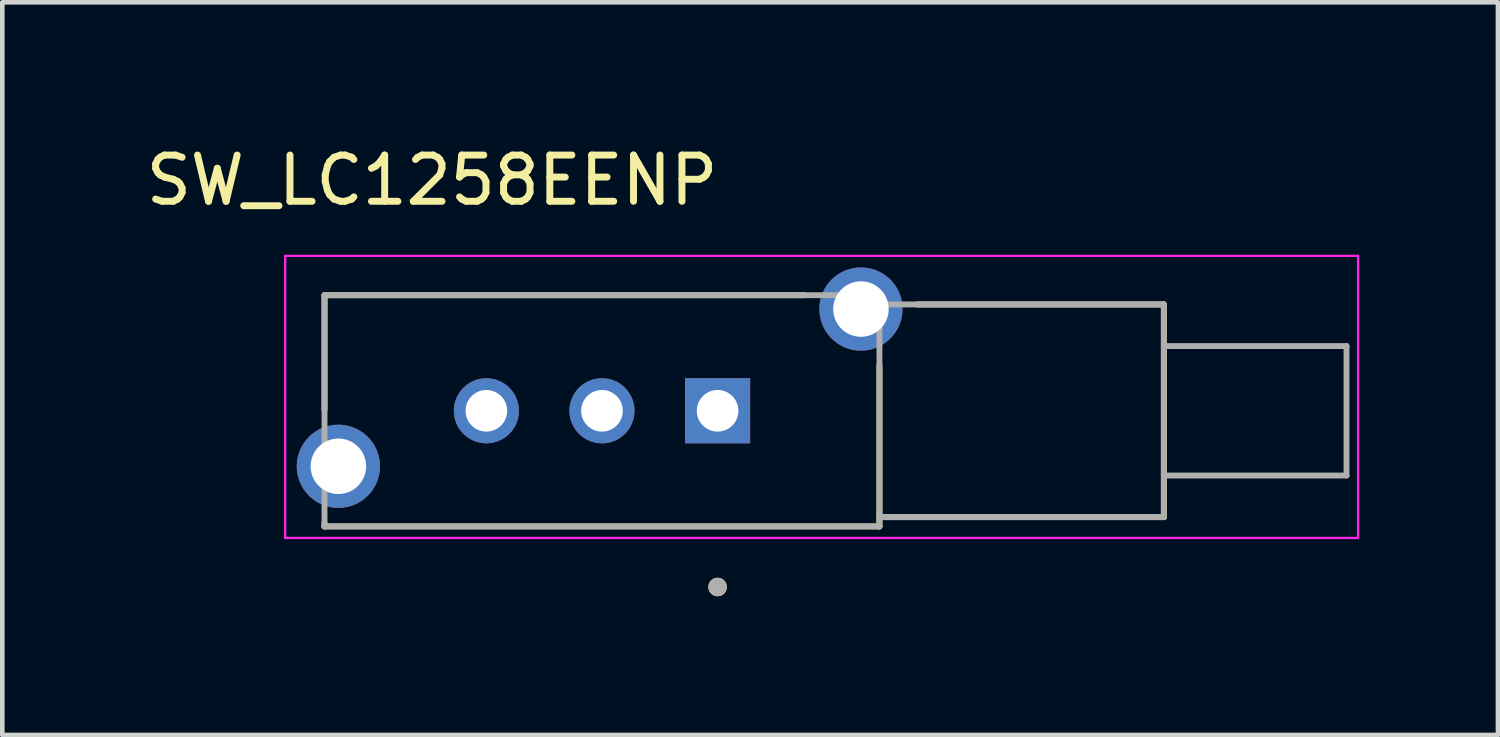
<source format=kicad_pcb>
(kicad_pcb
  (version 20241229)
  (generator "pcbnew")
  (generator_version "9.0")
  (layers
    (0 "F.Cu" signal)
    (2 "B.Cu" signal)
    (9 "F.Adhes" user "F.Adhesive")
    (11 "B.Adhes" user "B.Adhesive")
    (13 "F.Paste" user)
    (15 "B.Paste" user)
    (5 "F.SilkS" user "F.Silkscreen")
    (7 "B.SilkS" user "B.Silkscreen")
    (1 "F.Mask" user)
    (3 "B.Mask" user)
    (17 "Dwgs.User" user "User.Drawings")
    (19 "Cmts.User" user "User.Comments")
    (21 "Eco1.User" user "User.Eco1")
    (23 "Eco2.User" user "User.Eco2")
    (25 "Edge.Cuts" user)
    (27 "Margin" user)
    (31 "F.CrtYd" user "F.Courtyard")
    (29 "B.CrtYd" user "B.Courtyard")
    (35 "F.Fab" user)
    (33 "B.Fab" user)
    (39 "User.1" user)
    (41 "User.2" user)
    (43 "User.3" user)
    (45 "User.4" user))
  (footprint "SW_LC1258EENP"
    (layer "F.Cu")
    (at 9.967 5.833)
    (property "Reference" "SW_LC1258EENP" (at -3.675 -4.985 0) (layer "F.SilkS") (effects (font (size 1 1) (thickness 0.15))))
    (attr through_hole)
    (fp_line (start -6 -2.5) (end 4.38 -2.5) (stroke (width 0.127) (type solid)) (layer "F.SilkS"))
    (fp_line (start -6 -0.02) (end -6 -2.5) (stroke (width 0.127) (type solid)) (layer "F.SilkS"))
    (fp_line (start -6 2.5) (end -6 2.42) (stroke (width 0.127) (type solid)) (layer "F.SilkS"))
    (fp_line (start 6 2.3) (end 6 -0.98) (stroke (width 0.127) (type solid)) (layer "F.SilkS"))
    (fp_line (start 6 2.3) (end 6 2.5) (stroke (width 0.127) (type solid)) (layer "F.SilkS"))
    (fp_line (start 6 2.5) (end -6 2.5) (stroke (width 0.127) (type solid)) (layer "F.SilkS"))
    (fp_line (start 6.82 -2.3) (end 12.15 -2.3) (stroke (width 0.127) (type solid)) (layer "F.SilkS"))
    (fp_line (start 12.15 -2.3) (end 12.15 2.3) (stroke (width 0.127) (type solid)) (layer "F.SilkS"))
    (fp_line (start 12.15 2.3) (end 6 2.3) (stroke (width 0.127) (type solid)) (layer "F.SilkS"))
    (fp_circle (center 2.5 3.81) (end 2.6 3.81) (stroke (width 0.2) (type solid)) (fill no) (layer "F.SilkS"))
    (fp_line (start -6.85 -3.35) (end -6.85 2.75) (stroke (width 0.05) (type solid)) (layer "F.CrtYd"))
    (fp_line (start -6.85 2.75) (end 16.35 2.75) (stroke (width 0.05) (type solid)) (layer "F.CrtYd"))
    (fp_line (start 16.35 -3.35) (end -6.85 -3.35) (stroke (width 0.05) (type solid)) (layer "F.CrtYd"))
    (fp_line (start 16.35 2.75) (end 16.35 -3.35) (stroke (width 0.05) (type solid)) (layer "F.CrtYd"))
    (fp_line (start -6 -2.5) (end 6 -2.5) (stroke (width 0.127) (type solid)) (layer "F.Fab"))
    (fp_line (start -6 2.5) (end -6 -2.5) (stroke (width 0.127) (type solid)) (layer "F.Fab"))
    (fp_line (start 6 -2.5) (end 6 -2.3) (stroke (width 0.127) (type solid)) (layer "F.Fab"))
    (fp_line (start 6 -2.3) (end 6 2.3) (stroke (width 0.127) (type solid)) (layer "F.Fab"))
    (fp_line (start 6 -2.3) (end 12.15 -2.3) (stroke (width 0.127) (type solid)) (layer "F.Fab"))
    (fp_line (start 6 2.3) (end 6 2.5) (stroke (width 0.127) (type solid)) (layer "F.Fab"))
    (fp_line (start 6 2.5) (end -6 2.5) (stroke (width 0.127) (type solid)) (layer "F.Fab"))
    (fp_line (start 12.15 -2.3) (end 12.15 -1.4) (stroke (width 0.127) (type solid)) (layer "F.Fab"))
    (fp_line (start 12.15 -1.4) (end 12.15 1.4) (stroke (width 0.127) (type solid)) (layer "F.Fab"))
    (fp_line (start 12.15 -1.4) (end 16.1 -1.4) (stroke (width 0.127) (type solid)) (layer "F.Fab"))
    (fp_line (start 12.15 1.4) (end 12.15 2.3) (stroke (width 0.127) (type solid)) (layer "F.Fab"))
    (fp_line (start 12.15 2.3) (end 6 2.3) (stroke (width 0.127) (type solid)) (layer "F.Fab"))
    (fp_line (start 16.1 -1.4) (end 16.1 1.4) (stroke (width 0.127) (type solid)) (layer "F.Fab"))
    (fp_line (start 16.1 1.4) (end 12.15 1.4) (stroke (width 0.127) (type solid)) (layer "F.Fab"))
    (fp_circle (center 2.5 3.81) (end 2.6 3.81) (stroke (width 0.2) (type solid)) (fill no) (layer "F.Fab"))
    (pad "1" thru_hole rect (at 2.5 0) (size 1.408 1.408) (drill 0.9) (layers "*.Cu" "*.Mask"))
    (pad "2" thru_hole circle (at 0 0) (size 1.408 1.408) (drill 0.9) (layers "*.Cu" "*.Mask"))
    (pad "3" thru_hole circle (at -2.5 0) (size 1.408 1.408) (drill 0.9) (layers "*.Cu" "*.Mask"))
    (pad "SH1" thru_hole circle (at 5.6 -2.2) (size 1.8 1.8) (drill 1.2) (layers "*.Cu" "*.Mask"))
    (pad "SH2" thru_hole circle (at -5.7 1.2) (size 1.8 1.8) (drill 1.2) (layers "*.Cu" "*.Mask")))
  (gr_rect
    (start -3 -3)
    (end 29.342 12.843)
    (stroke (width 0.1) (type default))
    (fill no)
    (layer "Edge.Cuts")))
</source>
